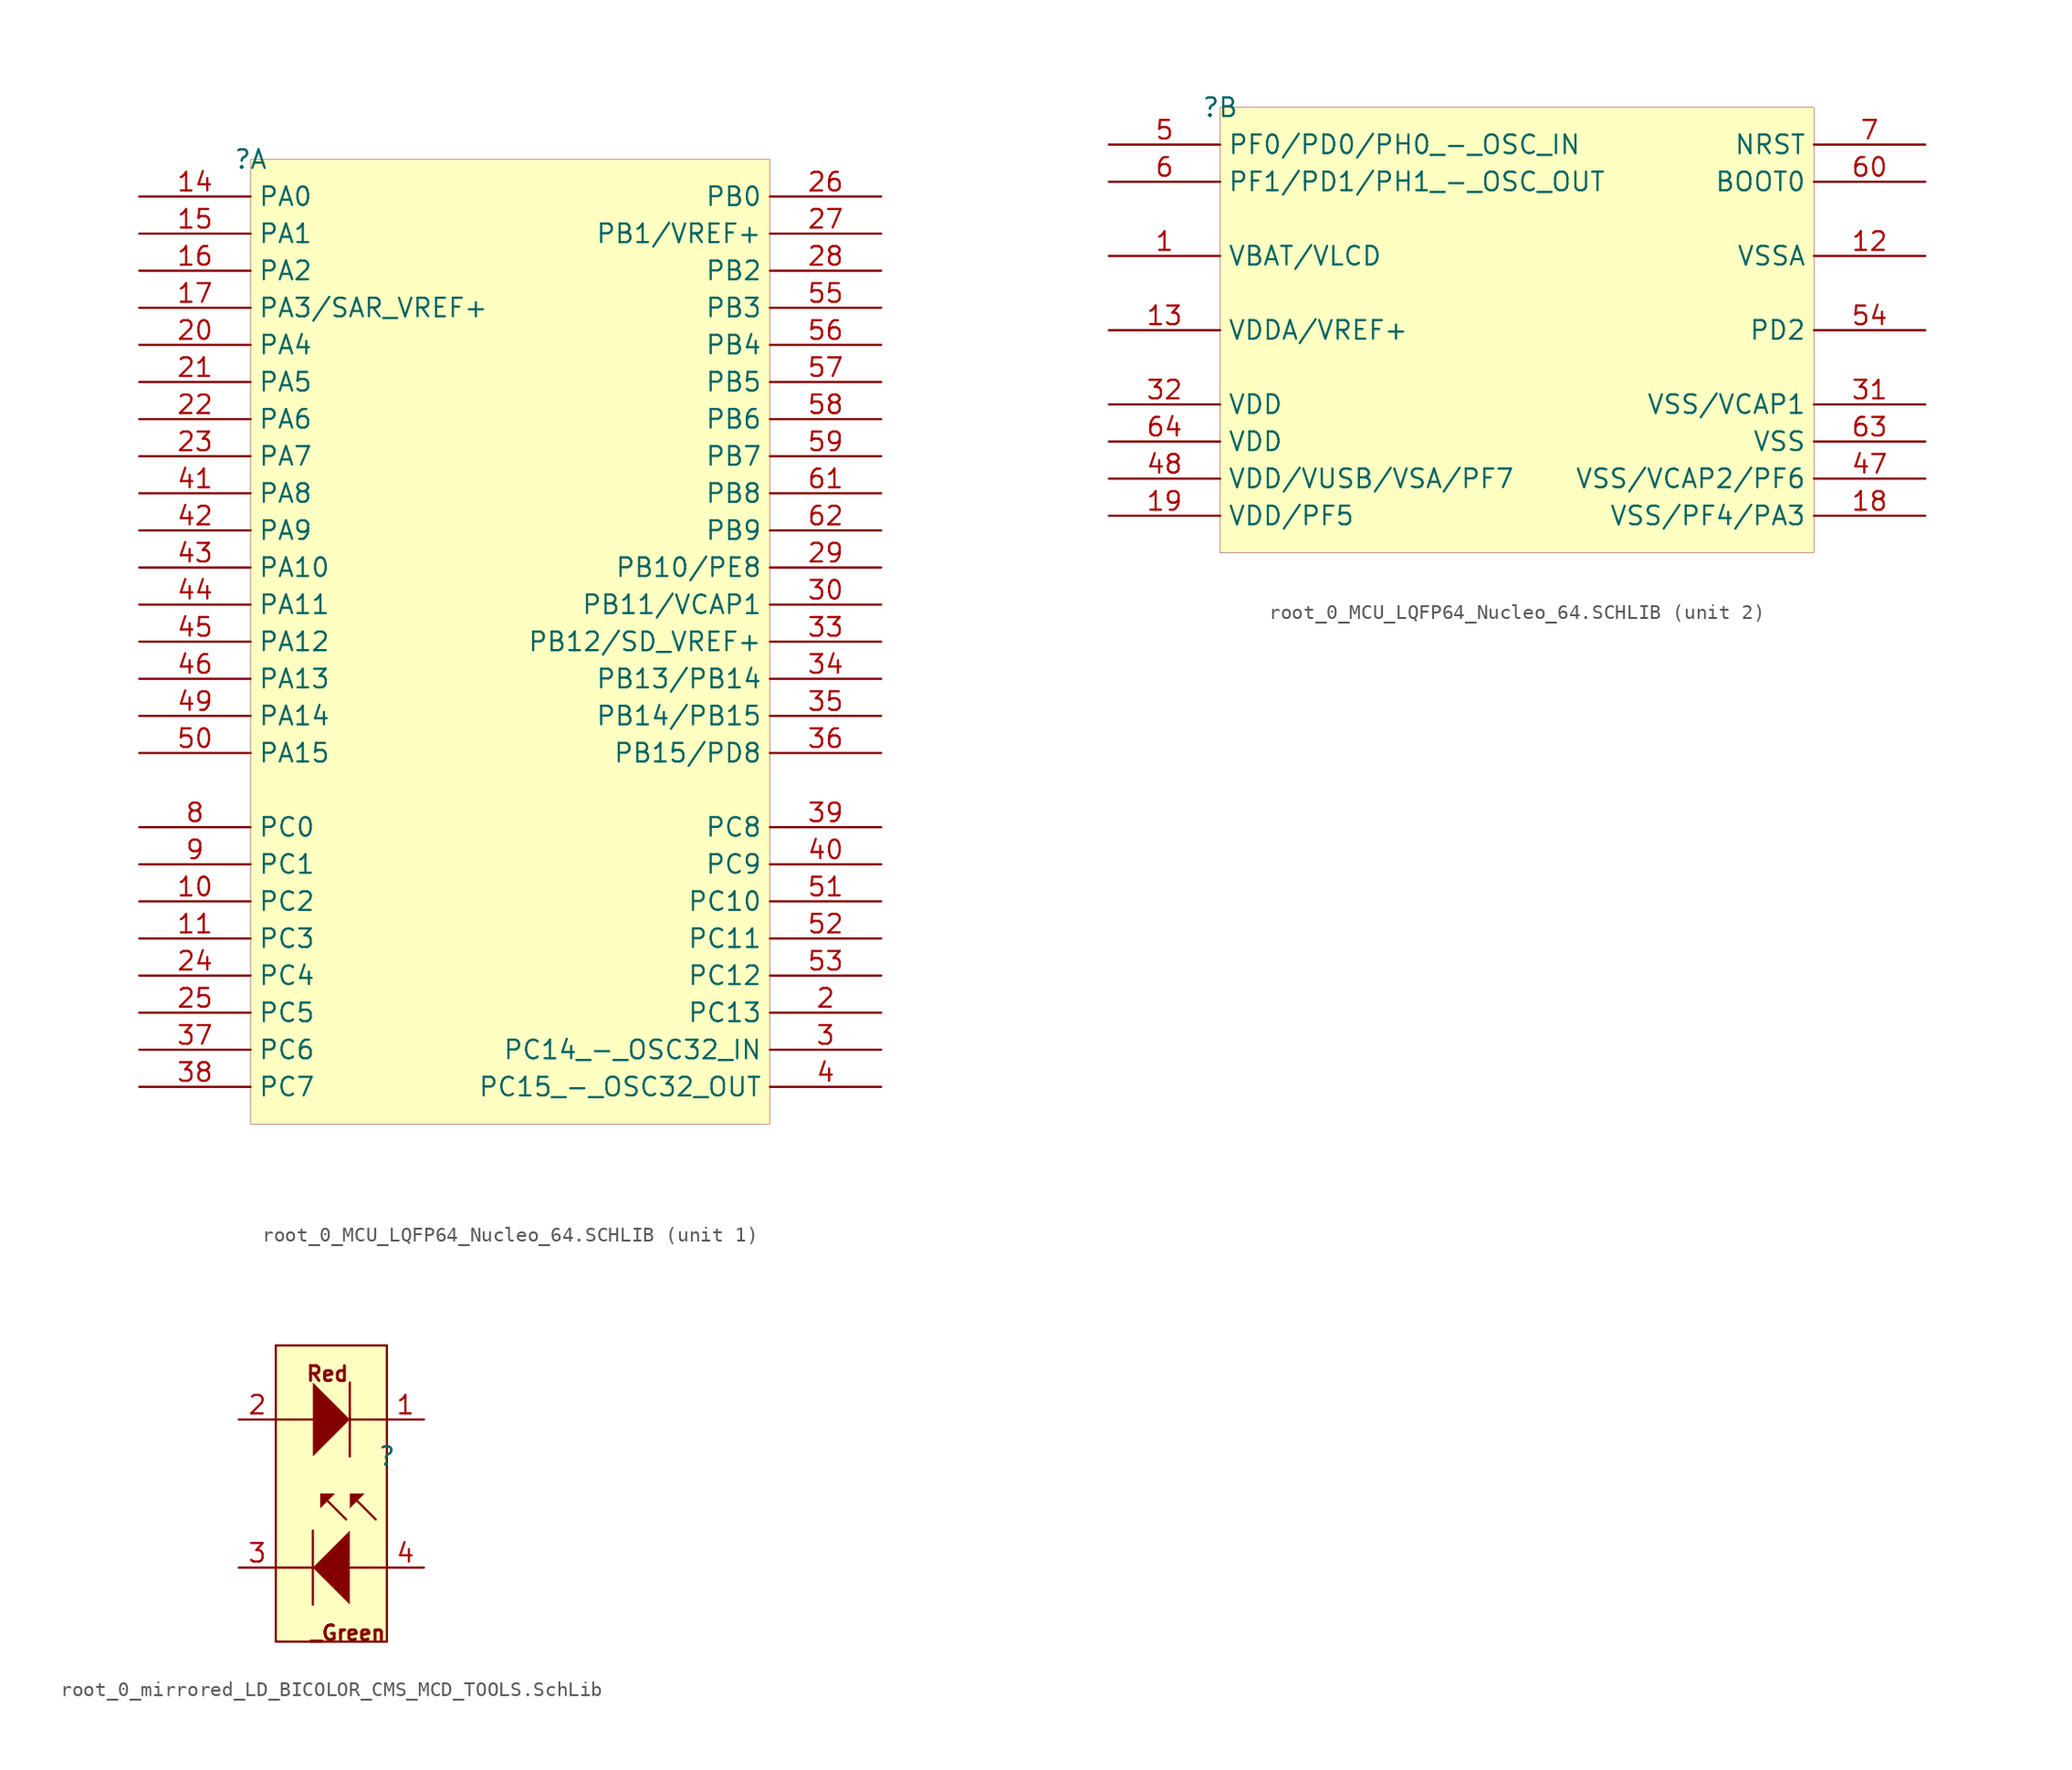
<source format=kicad_sym>
(kicad_symbol_lib
  (version 20241209)
  (generator "kicad_symbol_editor")
  (generator_version "9.0")
  (symbol "root_0_MCU_LQFP64_Nucleo_64.SCHLIB"
    (property "Reference" ""
      (at 0 0 0)
      (effects (font (size 1.27 1.27))))
    (property "Value" ""
      (at 0 0 0)
      (effects (font (size 1.27 1.27))))
    (symbol "root_0_MCU_LQFP64_Nucleo_64.SCHLIB_1_0"
      (rectangle (start 35.56 0) (end 0 -66.04) (stroke (width 0.025) (type solid) (color 128 0 0 1)) (fill (type background)))
      (pin passive line (at -7.62 -2.54 0) (length 7.62) (name "PA0" (effects (font (size 1.27 1.27)))) (number "14" (effects (font (size 1.27 1.27)))))
      (pin passive line (at -7.62 -5.08 0) (length 7.62) (name "PA1" (effects (font (size 1.27 1.27)))) (number "15" (effects (font (size 1.27 1.27)))))
      (pin passive line (at -7.62 -7.62 0) (length 7.62) (name "PA2" (effects (font (size 1.27 1.27)))) (number "16" (effects (font (size 1.27 1.27)))))
      (pin passive line (at -7.62 -10.16 0) (length 7.62) (name "PA3/SAR_VREF+" (effects (font (size 1.27 1.27)))) (number "17" (effects (font (size 1.27 1.27)))))
      (pin passive line (at -7.62 -12.7 0) (length 7.62) (name "PA4" (effects (font (size 1.27 1.27)))) (number "20" (effects (font (size 1.27 1.27)))))
      (pin passive line (at -7.62 -15.24 0) (length 7.62) (name "PA5" (effects (font (size 1.27 1.27)))) (number "21" (effects (font (size 1.27 1.27)))))
      (pin passive line (at -7.62 -17.78 0) (length 7.62) (name "PA6" (effects (font (size 1.27 1.27)))) (number "22" (effects (font (size 1.27 1.27)))))
      (pin passive line (at -7.62 -20.32 0) (length 7.62) (name "PA7" (effects (font (size 1.27 1.27)))) (number "23" (effects (font (size 1.27 1.27)))))
      (pin passive line (at -7.62 -22.86 0) (length 7.62) (name "PA8" (effects (font (size 1.27 1.27)))) (number "41" (effects (font (size 1.27 1.27)))))
      (pin passive line (at -7.62 -25.4 0) (length 7.62) (name "PA9" (effects (font (size 1.27 1.27)))) (number "42" (effects (font (size 1.27 1.27)))))
      (pin passive line (at -7.62 -27.94 0) (length 7.62) (name "PA10" (effects (font (size 1.27 1.27)))) (number "43" (effects (font (size 1.27 1.27)))))
      (pin passive line (at -7.62 -30.48 0) (length 7.62) (name "PA11" (effects (font (size 1.27 1.27)))) (number "44" (effects (font (size 1.27 1.27)))))
      (pin passive line (at -7.62 -33.02 0) (length 7.62) (name "PA12" (effects (font (size 1.27 1.27)))) (number "45" (effects (font (size 1.27 1.27)))))
      (pin passive line (at -7.62 -35.56 0) (length 7.62) (name "PA13" (effects (font (size 1.27 1.27)))) (number "46" (effects (font (size 1.27 1.27)))))
      (pin passive line (at -7.62 -38.1 0) (length 7.62) (name "PA14" (effects (font (size 1.27 1.27)))) (number "49" (effects (font (size 1.27 1.27)))))
      (pin passive line (at -7.62 -40.64 0) (length 7.62) (name "PA15" (effects (font (size 1.27 1.27)))) (number "50" (effects (font (size 1.27 1.27)))))
      (pin passive line (at -7.62 -45.72 0) (length 7.62) (name "PC0" (effects (font (size 1.27 1.27)))) (number "8" (effects (font (size 1.27 1.27)))))
      (pin passive line (at -7.62 -48.26 0) (length 7.62) (name "PC1" (effects (font (size 1.27 1.27)))) (number "9" (effects (font (size 1.27 1.27)))))
      (pin passive line (at -7.62 -50.8 0) (length 7.62) (name "PC2" (effects (font (size 1.27 1.27)))) (number "10" (effects (font (size 1.27 1.27)))))
      (pin passive line (at -7.62 -53.34 0) (length 7.62) (name "PC3" (effects (font (size 1.27 1.27)))) (number "11" (effects (font (size 1.27 1.27)))))
      (pin passive line (at -7.62 -55.88 0) (length 7.62) (name "PC4" (effects (font (size 1.27 1.27)))) (number "24" (effects (font (size 1.27 1.27)))))
      (pin passive line (at -7.62 -58.42 0) (length 7.62) (name "PC5" (effects (font (size 1.27 1.27)))) (number "25" (effects (font (size 1.27 1.27)))))
      (pin passive line (at -7.62 -60.96 0) (length 7.62) (name "PC6" (effects (font (size 1.27 1.27)))) (number "37" (effects (font (size 1.27 1.27)))))
      (pin passive line (at -7.62 -63.5 0) (length 7.62) (name "PC7" (effects (font (size 1.27 1.27)))) (number "38" (effects (font (size 1.27 1.27)))))
      (pin passive line (at 43.18 -2.54 180) (length 7.62) (name "PB0" (effects (font (size 1.27 1.27)))) (number "26" (effects (font (size 1.27 1.27)))))
      (pin passive line (at 43.18 -5.08 180) (length 7.62) (name "PB1/VREF+" (effects (font (size 1.27 1.27)))) (number "27" (effects (font (size 1.27 1.27)))))
      (pin passive line (at 43.18 -7.62 180) (length 7.62) (name "PB2" (effects (font (size 1.27 1.27)))) (number "28" (effects (font (size 1.27 1.27)))))
      (pin passive line (at 43.18 -10.16 180) (length 7.62) (name "PB3" (effects (font (size 1.27 1.27)))) (number "55" (effects (font (size 1.27 1.27)))))
      (pin passive line (at 43.18 -12.7 180) (length 7.62) (name "PB4" (effects (font (size 1.27 1.27)))) (number "56" (effects (font (size 1.27 1.27)))))
      (pin passive line (at 43.18 -15.24 180) (length 7.62) (name "PB5" (effects (font (size 1.27 1.27)))) (number "57" (effects (font (size 1.27 1.27)))))
      (pin passive line (at 43.18 -17.78 180) (length 7.62) (name "PB6" (effects (font (size 1.27 1.27)))) (number "58" (effects (font (size 1.27 1.27)))))
      (pin passive line (at 43.18 -20.32 180) (length 7.62) (name "PB7" (effects (font (size 1.27 1.27)))) (number "59" (effects (font (size 1.27 1.27)))))
      (pin passive line (at 43.18 -22.86 180) (length 7.62) (name "PB8" (effects (font (size 1.27 1.27)))) (number "61" (effects (font (size 1.27 1.27)))))
      (pin passive line (at 43.18 -25.4 180) (length 7.62) (name "PB9" (effects (font (size 1.27 1.27)))) (number "62" (effects (font (size 1.27 1.27)))))
      (pin passive line (at 43.18 -27.94 180) (length 7.62) (name "PB10/PE8" (effects (font (size 1.27 1.27)))) (number "29" (effects (font (size 1.27 1.27)))))
      (pin passive line (at 43.18 -30.48 180) (length 7.62) (name "PB11/VCAP1" (effects (font (size 1.27 1.27)))) (number "30" (effects (font (size 1.27 1.27)))))
      (pin passive line (at 43.18 -33.02 180) (length 7.62) (name "PB12/SD_VREF+" (effects (font (size 1.27 1.27)))) (number "33" (effects (font (size 1.27 1.27)))))
      (pin passive line (at 43.18 -35.56 180) (length 7.62) (name "PB13/PB14" (effects (font (size 1.27 1.27)))) (number "34" (effects (font (size 1.27 1.27)))))
      (pin passive line (at 43.18 -38.1 180) (length 7.62) (name "PB14/PB15" (effects (font (size 1.27 1.27)))) (number "35" (effects (font (size 1.27 1.27)))))
      (pin passive line (at 43.18 -40.64 180) (length 7.62) (name "PB15/PD8" (effects (font (size 1.27 1.27)))) (number "36" (effects (font (size 1.27 1.27)))))
      (pin passive line (at 43.18 -45.72 180) (length 7.62) (name "PC8" (effects (font (size 1.27 1.27)))) (number "39" (effects (font (size 1.27 1.27)))))
      (pin passive line (at 43.18 -48.26 180) (length 7.62) (name "PC9" (effects (font (size 1.27 1.27)))) (number "40" (effects (font (size 1.27 1.27)))))
      (pin passive line (at 43.18 -50.8 180) (length 7.62) (name "PC10" (effects (font (size 1.27 1.27)))) (number "51" (effects (font (size 1.27 1.27)))))
      (pin passive line (at 43.18 -53.34 180) (length 7.62) (name "PC11" (effects (font (size 1.27 1.27)))) (number "52" (effects (font (size 1.27 1.27)))))
      (pin passive line (at 43.18 -55.88 180) (length 7.62) (name "PC12" (effects (font (size 1.27 1.27)))) (number "53" (effects (font (size 1.27 1.27)))))
      (pin passive line (at 43.18 -58.42 180) (length 7.62) (name "PC13" (effects (font (size 1.27 1.27)))) (number "2" (effects (font (size 1.27 1.27)))))
      (pin passive line (at 43.18 -60.96 180) (length 7.62) (name "PC14_-_OSC32_IN" (effects (font (size 1.27 1.27)))) (number "3" (effects (font (size 1.27 1.27)))))
      (pin passive line (at 43.18 -63.5 180) (length 7.62) (name "PC15_-_OSC32_OUT" (effects (font (size 1.27 1.27)))) (number "4" (effects (font (size 1.27 1.27))))))
    (symbol "root_0_MCU_LQFP64_Nucleo_64.SCHLIB_2_0"
      (rectangle (start 40.64 0) (end 0 -30.48) (stroke (width 0.025) (type solid) (color 128 0 0 1)) (fill (type background)))
      (pin passive line (at -7.62 -2.54 0) (length 7.62) (name "PF0/PD0/PH0_-_OSC_IN" (effects (font (size 1.27 1.27)))) (number "5" (effects (font (size 1.27 1.27)))))
      (pin passive line (at -7.62 -5.08 0) (length 7.62) (name "PF1/PD1/PH1_-_OSC_OUT" (effects (font (size 1.27 1.27)))) (number "6" (effects (font (size 1.27 1.27)))))
      (pin passive line (at -7.62 -10.16 0) (length 7.62) (name "VBAT/VLCD" (effects (font (size 1.27 1.27)))) (number "1" (effects (font (size 1.27 1.27)))))
      (pin passive line (at -7.62 -15.24 0) (length 7.62) (name "VDDA/VREF+" (effects (font (size 1.27 1.27)))) (number "13" (effects (font (size 1.27 1.27)))))
      (pin passive line (at -7.62 -20.32 0) (length 7.62) (name "VDD" (effects (font (size 1.27 1.27)))) (number "32" (effects (font (size 1.27 1.27)))))
      (pin passive line (at -7.62 -22.86 0) (length 7.62) (name "VDD" (effects (font (size 1.27 1.27)))) (number "64" (effects (font (size 1.27 1.27)))))
      (pin passive line (at -7.62 -25.4 0) (length 7.62) (name "VDD/VUSB/VSA/PF7" (effects (font (size 1.27 1.27)))) (number "48" (effects (font (size 1.27 1.27)))))
      (pin passive line (at -7.62 -27.94 0) (length 7.62) (name "VDD/PF5" (effects (font (size 1.27 1.27)))) (number "19" (effects (font (size 1.27 1.27)))))
      (pin passive line (at 48.26 -2.54 180) (length 7.62) (name "NRST" (effects (font (size 1.27 1.27)))) (number "7" (effects (font (size 1.27 1.27)))))
      (pin passive line (at 48.26 -5.08 180) (length 7.62) (name "BOOT0" (effects (font (size 1.27 1.27)))) (number "60" (effects (font (size 1.27 1.27)))))
      (pin passive line (at 48.26 -10.16 180) (length 7.62) (name "VSSA" (effects (font (size 1.27 1.27)))) (number "12" (effects (font (size 1.27 1.27)))))
      (pin passive line (at 48.26 -15.24 180) (length 7.62) (name "PD2" (effects (font (size 1.27 1.27)))) (number "54" (effects (font (size 1.27 1.27)))))
      (pin passive line (at 48.26 -20.32 180) (length 7.62) (name "VSS/VCAP1" (effects (font (size 1.27 1.27)))) (number "31" (effects (font (size 1.27 1.27)))))
      (pin passive line (at 48.26 -22.86 180) (length 7.62) (name "VSS" (effects (font (size 1.27 1.27)))) (number "63" (effects (font (size 1.27 1.27)))))
      (pin passive line (at 48.26 -25.4 180) (length 7.62) (name "VSS/VCAP2/PF6" (effects (font (size 1.27 1.27)))) (number "47" (effects (font (size 1.27 1.27)))))
      (pin passive line (at 48.26 -27.94 180) (length 7.62) (name "VSS/PF4/PA3" (effects (font (size 1.27 1.27)))) (number "18" (effects (font (size 1.27 1.27)))))))
  (symbol "root_0_mirrored_LD_BICOLOR_CMS_MCD_TOOLS.SchLib"
    (pin_names
      (hide yes))
    (property "Reference" ""
      (at 0 0 0)
      (effects (font (size 1.27 1.27))))
    (property "Value" ""
      (at 0 0 0)
      (effects (font (size 1.27 1.27))))
    (symbol "root_0_mirrored_LD_BICOLOR_CMS_MCD_TOOLS.SchLib_1_0"
      (polyline (pts (xy -5.08 5.08) (xy -5.08 0) (xy -2.54 2.54) (xy -5.08 5.08) (xy -5.08 5.08)) (stroke (width -0.0001) (type solid)) (fill (type outline)))
      (polyline (pts (xy -5.08 2.54) (xy -7.62 2.54)) (stroke (width 0) (type solid)) (fill (type none)))
      (polyline (pts (xy -5.08 -5.08) (xy -5.08 -10.16)) (stroke (width 0) (type solid)) (fill (type none)))
      (polyline (pts (xy -5.08 -7.62) (xy -7.62 -7.62)) (stroke (width 0) (type solid)) (fill (type none)))
      (polyline (pts (xy -4.572 -2.54) (xy -3.556 -2.54) (xy -4.572 -3.556) (xy -4.572 -2.54) (xy -4.572 -2.54)) (stroke (width -0.0001) (type solid)) (fill (type outline)))
      (polyline (pts (xy -4.064 -3.048) (xy -2.794 -4.318)) (stroke (width 0) (type solid)) (fill (type none)))
      (polyline (pts (xy -2.54 5.08) (xy -2.54 0)) (stroke (width 0) (type solid)) (fill (type none)))
      (polyline (pts (xy -2.54 -5.08) (xy -2.54 -10.16) (xy -5.08 -7.62) (xy -2.54 -5.08) (xy -2.54 -5.08)) (stroke (width -0.0001) (type solid)) (fill (type outline)))
      (polyline (pts (xy -2.032 -3.048) (xy -0.762 -4.318)) (stroke (width 0) (type solid)) (fill (type none)))
      (polyline (pts (xy -1.524 -2.54) (xy -2.54 -2.54) (xy -2.54 -3.556) (xy -1.524 -2.54) (xy -1.524 -2.54)) (stroke (width -0.0001) (type solid)) (fill (type outline)))
      (rectangle (start 0 7.62) (end -7.62 -12.7) (stroke (width 0) (type solid) (color 128 0 0 1)) (fill (type background)))
      (polyline (pts (xy 0 2.54) (xy -2.54 2.54)) (stroke (width 0) (type solid)) (fill (type none)))
      (polyline (pts (xy 0 -7.62) (xy -2.54 -7.62)) (stroke (width 0) (type solid)) (fill (type none)))
      (text "Red" (at -2.54 5.08 0) (effects (font (size 1.016 1.016) (thickness 0.203) (bold yes)) (justify right bottom)))
      (text "_Green" (at 0 -12.7 0) (effects (font (size 1.016 1.016) (thickness 0.203) (bold yes)) (justify right bottom)))
      (pin passive line (at -10.16 2.54 0) (length 2.54) (name "2" (effects (font (size 1.27 1.27)))) (number "2" (effects (font (size 1.27 1.27)))))
      (pin passive line (at -10.16 -7.62 0) (length 2.54) (name "3" (effects (font (size 1.27 1.27)))) (number "3" (effects (font (size 1.27 1.27)))))
      (pin passive line (at 2.54 2.54 180) (length 2.54) (name "1" (effects (font (size 1.27 1.27)))) (number "1" (effects (font (size 1.27 1.27)))))
      (pin passive line (at 2.54 -7.62 180) (length 2.54) (name "4" (effects (font (size 1.27 1.27)))) (number "4" (effects (font (size 1.27 1.27))))))))
</source>
